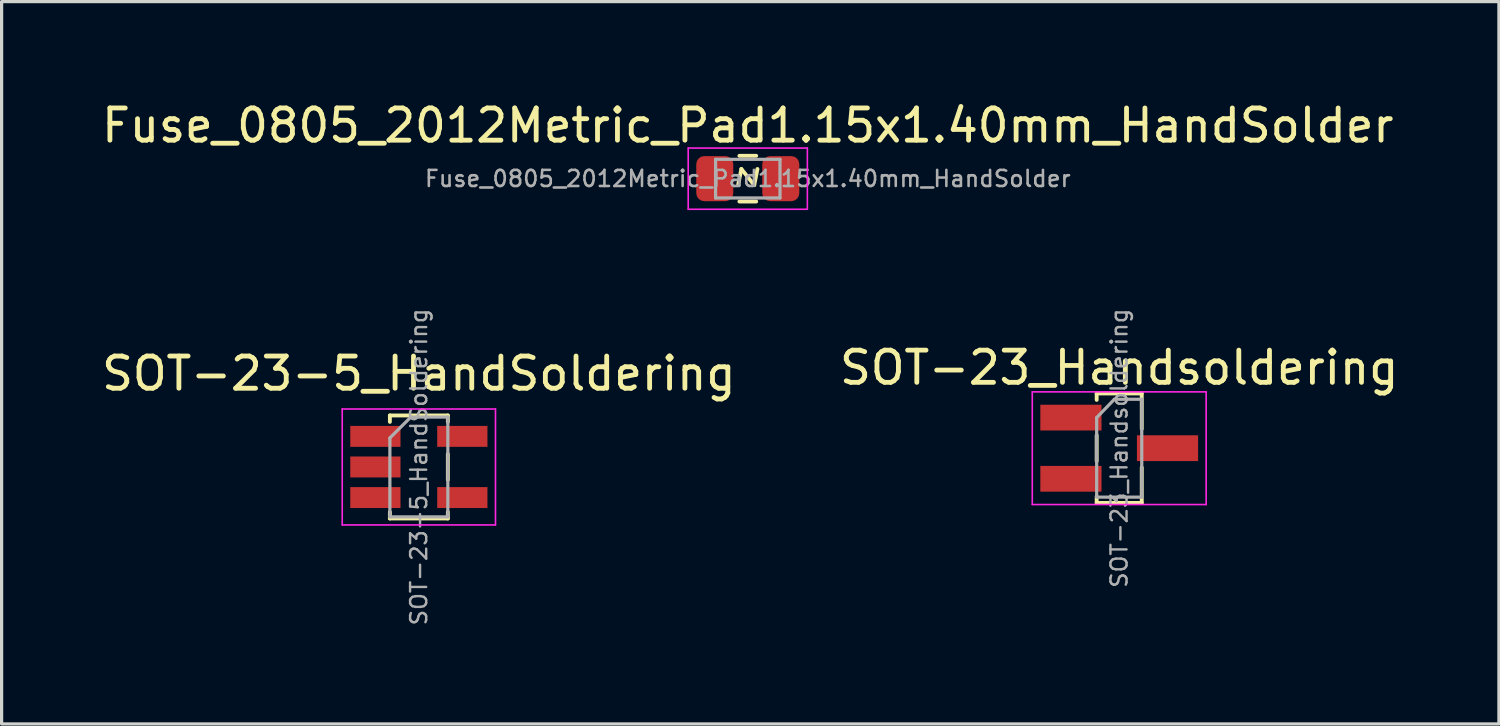
<source format=kicad_pcb>
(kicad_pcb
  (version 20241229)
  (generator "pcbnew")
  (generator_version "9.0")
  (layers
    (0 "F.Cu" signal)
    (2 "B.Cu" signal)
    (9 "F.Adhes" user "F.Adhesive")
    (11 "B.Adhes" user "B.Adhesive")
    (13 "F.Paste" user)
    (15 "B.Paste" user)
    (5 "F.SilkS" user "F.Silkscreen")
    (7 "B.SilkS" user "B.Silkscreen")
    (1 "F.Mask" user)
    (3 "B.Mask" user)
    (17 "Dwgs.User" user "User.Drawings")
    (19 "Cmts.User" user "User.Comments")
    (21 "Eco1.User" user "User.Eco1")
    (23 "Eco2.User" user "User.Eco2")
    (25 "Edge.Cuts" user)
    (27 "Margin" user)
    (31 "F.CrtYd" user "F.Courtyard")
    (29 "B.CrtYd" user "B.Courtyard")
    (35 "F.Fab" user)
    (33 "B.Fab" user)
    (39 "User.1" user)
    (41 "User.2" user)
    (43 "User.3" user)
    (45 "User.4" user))
  (footprint "SOT-23_Handsoldering"
    (layer "F.Cu")
    (at 31.708 10.869)
    (property "Reference" "SOT-23_Handsoldering" (at 0 -2.5 0) (layer "F.SilkS") (effects (font (size 1 1) (thickness 0.15))))
    (attr smd)
    (fp_line (start -0.7 -1.7) (end 0.7 -1.7) (stroke (width 0.12) (type default)) (layer "F.SilkS"))
    (fp_line (start -0.7 -1.5) (end -0.7 -1.7) (stroke (width 0.12) (type default)) (layer "F.SilkS"))
    (fp_line (start -0.7 -0.4) (end -0.7 0.4) (stroke (width 0.12) (type default)) (layer "F.SilkS"))
    (fp_line (start -0.7 1.7) (end -0.7 1.5) (stroke (width 0.12) (type default)) (layer "F.SilkS"))
    (fp_line (start 0.7 -1.7) (end 0.7 -0.6) (stroke (width 0.12) (type default)) (layer "F.SilkS"))
    (fp_line (start 0.7 0.6) (end 0.7 1.7) (stroke (width 0.12) (type default)) (layer "F.SilkS"))
    (fp_line (start 0.7 1.7) (end -0.7 1.7) (stroke (width 0.12) (type default)) (layer "F.SilkS"))
    (fp_line (start -2.7 -1.75) (end 2.7 -1.75) (stroke (width 0.05) (type solid)) (layer "F.CrtYd"))
    (fp_line (start -2.7 1.75) (end -2.7 -1.75) (stroke (width 0.05) (type solid)) (layer "F.CrtYd"))
    (fp_line (start 2.7 -1.75) (end 2.7 1.75) (stroke (width 0.05) (type solid)) (layer "F.CrtYd"))
    (fp_line (start 2.7 1.75) (end -2.7 1.75) (stroke (width 0.05) (type solid)) (layer "F.CrtYd"))
    (fp_line (start -0.7 -0.95) (end -0.7 1.5) (stroke (width 0.1) (type solid)) (layer "F.Fab"))
    (fp_line (start -0.7 -0.95) (end -0.15 -1.52) (stroke (width 0.1) (type solid)) (layer "F.Fab"))
    (fp_line (start -0.7 1.52) (end 0.7 1.52) (stroke (width 0.1) (type solid)) (layer "F.Fab"))
    (fp_line (start -0.15 -1.52) (end 0.7 -1.52) (stroke (width 0.1) (type solid)) (layer "F.Fab"))
    (fp_line (start 0.7 -1.52) (end 0.7 1.52) (stroke (width 0.1) (type solid)) (layer "F.Fab"))
    (fp_text user "${REFERENCE}" (at 0 0 90) (layer "F.Fab") (effects (font (size 0.5 0.5) (thickness 0.075))))
    (pad "1" smd rect (at -1.5 -0.95) (size 1.9 0.8) (layers "F.Cu" "F.Mask" "F.Paste"))
    (pad "2" smd rect (at -1.5 0.95) (size 1.9 0.8) (layers "F.Cu" "F.Mask" "F.Paste"))
    (pad "3" smd rect (at 1.5 0) (size 1.9 0.8) (layers "F.Cu" "F.Mask" "F.Paste")))
  (footprint "SOT-23-5_HandSoldering"
    (layer "F.Cu")
    (at 9.958 11.452)
    (property "Reference" "SOT-23-5_HandSoldering" (at 0 -2.9 0) (layer "F.SilkS") (effects (font (size 1 1) (thickness 0.15))))
    (attr smd)
    (fp_line (start -0.9 -1.6) (end 0.9 -1.6) (stroke (width 0.12) (type default)) (layer "F.SilkS"))
    (fp_line (start -0.9 -1.4) (end -0.9 -1.6) (stroke (width 0.12) (type default)) (layer "F.SilkS"))
    (fp_line (start -0.9 1.6) (end -0.9 1.4) (stroke (width 0.12) (type default)) (layer "F.SilkS"))
    (fp_line (start 0.9 -1.6) (end 0.9 -1.4) (stroke (width 0.12) (type default)) (layer "F.SilkS"))
    (fp_line (start 0.9 -0.4) (end 0.9 0.4) (stroke (width 0.12) (type default)) (layer "F.SilkS"))
    (fp_line (start 0.9 1.4) (end 0.9 1.6) (stroke (width 0.12) (type default)) (layer "F.SilkS"))
    (fp_line (start 0.9 1.6) (end -0.9 1.6) (stroke (width 0.12) (type default)) (layer "F.SilkS"))
    (fp_line (start -2.38 -1.8) (end -2.38 1.8) (stroke (width 0.05) (type solid)) (layer "F.CrtYd"))
    (fp_line (start -2.38 -1.8) (end 2.38 -1.8) (stroke (width 0.05) (type solid)) (layer "F.CrtYd"))
    (fp_line (start 2.38 1.8) (end -2.38 1.8) (stroke (width 0.05) (type solid)) (layer "F.CrtYd"))
    (fp_line (start 2.38 1.8) (end 2.38 -1.8) (stroke (width 0.05) (type solid)) (layer "F.CrtYd"))
    (fp_line (start -0.9 -0.9) (end -0.9 1.55) (stroke (width 0.1) (type solid)) (layer "F.Fab"))
    (fp_line (start -0.9 -0.9) (end -0.25 -1.55) (stroke (width 0.1) (type solid)) (layer "F.Fab"))
    (fp_line (start 0.9 -1.55) (end -0.25 -1.55) (stroke (width 0.1) (type solid)) (layer "F.Fab"))
    (fp_line (start 0.9 -1.55) (end 0.9 1.55) (stroke (width 0.1) (type solid)) (layer "F.Fab"))
    (fp_line (start 0.9 1.55) (end -0.9 1.55) (stroke (width 0.1) (type solid)) (layer "F.Fab"))
    (fp_text user "${REFERENCE}" (at 0 0 90) (layer "F.Fab") (effects (font (size 0.5 0.5) (thickness 0.075))))
    (pad "1" smd rect (at -1.35 -0.95) (size 1.56 0.65) (layers "F.Cu" "F.Mask" "F.Paste"))
    (pad "2" smd rect (at -1.35 0) (size 1.56 0.65) (layers "F.Cu" "F.Mask" "F.Paste"))
    (pad "3" smd rect (at -1.35 0.95) (size 1.56 0.65) (layers "F.Cu" "F.Mask" "F.Paste"))
    (pad "4" smd rect (at 1.35 0.95) (size 1.56 0.65) (layers "F.Cu" "F.Mask" "F.Paste"))
    (pad "5" smd rect (at 1.35 -0.95) (size 1.56 0.65) (layers "F.Cu" "F.Mask" "F.Paste")))
  (footprint "Fuse_0805_2012Metric_Pad1.15x1.40mm_HandSolder"
    (layer "F.Cu")
    (at 20.173 2.498)
    (property "Reference" "Fuse_0805_2012Metric_Pad1.15x1.40mm_HandSolder" (at 0 -1.65 0) (layer "F.SilkS") (effects (font (size 1 1) (thickness 0.15))))
    (attr smd)
    (fp_line (start -0.3 0.2) (end -0.2 -0.3) (stroke (width 0.12) (type default)) (layer "F.SilkS"))
    (fp_line (start -0.261 -0.71) (end 0.261 -0.71) (stroke (width 0.12) (type solid)) (layer "F.SilkS"))
    (fp_line (start -0.261 0.71) (end 0.261 0.71) (stroke (width 0.12) (type solid)) (layer "F.SilkS"))
    (fp_line (start -0.2 -0.3) (end 0.2 0.2) (stroke (width 0.12) (type default)) (layer "F.SilkS"))
    (fp_line (start 0.2 0.2) (end 0.3 -0.3) (stroke (width 0.12) (type default)) (layer "F.SilkS"))
    (fp_line (start -1.85 -0.95) (end 1.85 -0.95) (stroke (width 0.05) (type solid)) (layer "F.CrtYd"))
    (fp_line (start -1.85 0.95) (end -1.85 -0.95) (stroke (width 0.05) (type solid)) (layer "F.CrtYd"))
    (fp_line (start 1.85 -0.95) (end 1.85 0.95) (stroke (width 0.05) (type solid)) (layer "F.CrtYd"))
    (fp_line (start 1.85 0.95) (end -1.85 0.95) (stroke (width 0.05) (type solid)) (layer "F.CrtYd"))
    (fp_line (start -1 -0.6) (end 1 -0.6) (stroke (width 0.1) (type solid)) (layer "F.Fab"))
    (fp_line (start -1 0.6) (end -1 -0.6) (stroke (width 0.1) (type solid)) (layer "F.Fab"))
    (fp_line (start 1 -0.6) (end 1 0.6) (stroke (width 0.1) (type solid)) (layer "F.Fab"))
    (fp_line (start 1 0.6) (end -1 0.6) (stroke (width 0.1) (type solid)) (layer "F.Fab"))
    (fp_text user "${REFERENCE}" (at 0 0 0) (layer "F.Fab") (effects (font (size 0.5 0.5) (thickness 0.08))))
    (pad "1" smd roundrect (at -1.025 0) (size 1.15 1.4) (layers "F.Cu" "F.Mask" "F.Paste") (roundrect_rratio 0.217))
    (pad "2" smd roundrect (at 1.025 0) (size 1.15 1.4) (layers "F.Cu" "F.Mask" "F.Paste") (roundrect_rratio 0.217)))
  (gr_rect
    (start -3 -3)
    (end 43.5 19.432)
    (stroke (width 0.1) (type default))
    (fill no)
    (layer "Edge.Cuts")))
</source>
